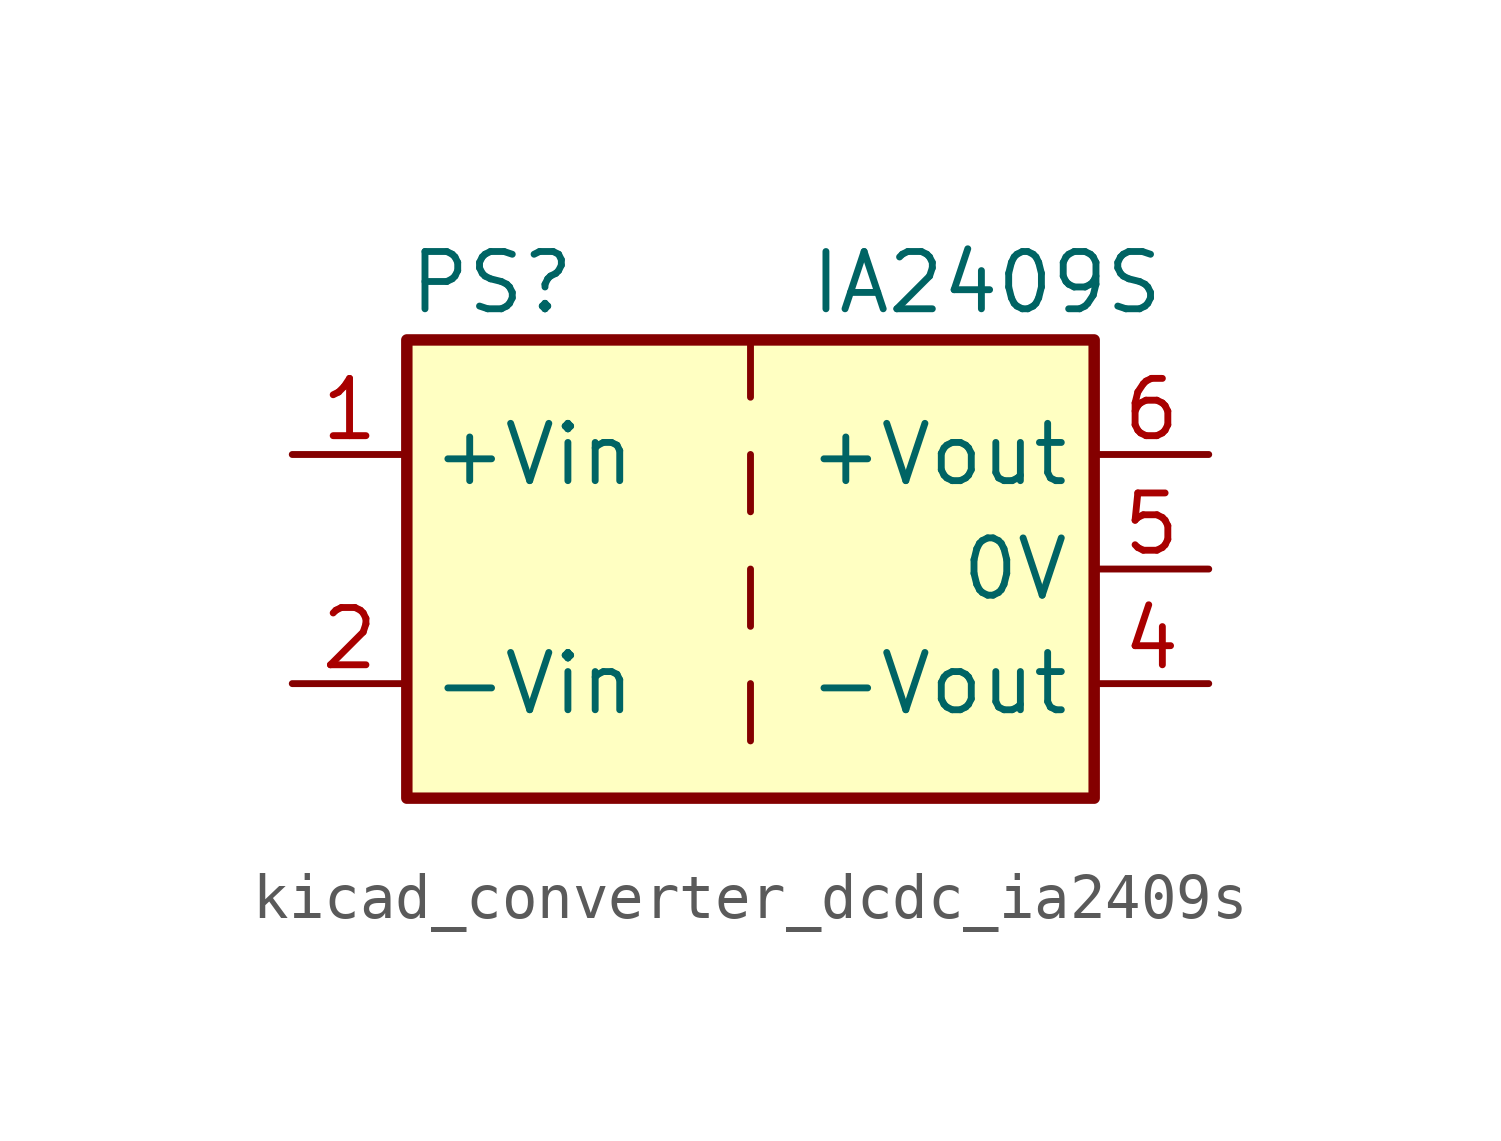
<source format=kicad_sym>
(kicad_symbol_lib
  (version 20220914)
  (generator kicad_symbol_editor)
  (symbol "kicad_converter_dcdc_ia2409s"
    (property "Reference" "PS"
      (at -7.62 6.35 0)
      (effects (font (size 1.27 1.27)) (justify left)))
    (property "Value" "IA2409S"
      (at 1.27 6.35 0)
      (effects (font (size 1.27 1.27)) (justify left)))
    (symbol "kicad_converter_dcdc_ia2409s_0_0"
      (pin power_in line (at -10.16 2.54 0) (length 2.54) (name "+Vin" (effects (font (size 1.27 1.27)))) (number "1" (effects (font (size 1.27 1.27)))))
      (pin power_in line (at -10.16 -2.54 0) (length 2.54) (name "-Vin" (effects (font (size 1.27 1.27)))) (number "2" (effects (font (size 1.27 1.27)))))
      (pin power_out line (at 10.16 -2.54 180) (length 2.54) (name "-Vout" (effects (font (size 1.27 1.27)))) (number "4" (effects (font (size 1.27 1.27)))))
      (pin power_out line (at 10.16 0 180) (length 2.54) (name "0V" (effects (font (size 1.27 1.27)))) (number "5" (effects (font (size 1.27 1.27)))))
      (pin power_out line (at 10.16 2.54 180) (length 2.54) (name "+Vout" (effects (font (size 1.27 1.27)))) (number "6" (effects (font (size 1.27 1.27))))))
    (symbol "kicad_converter_dcdc_ia2409s_0_1"
      (rectangle (start -7.62 5.08) (end 7.62 -5.08) (stroke (width 0.254) (type default)) (fill (type background)))
      (polyline (pts (xy 0 -2.54) (xy 0 -3.81)) (stroke (width 0) (type default)) (fill (type none)))
      (polyline (pts (xy 0 0) (xy 0 -1.27)) (stroke (width 0) (type default)) (fill (type none)))
      (polyline (pts (xy 0 2.54) (xy 0 1.27)) (stroke (width 0) (type default)) (fill (type none)))
      (polyline (pts (xy 0 5.08) (xy 0 3.81)) (stroke (width 0) (type default)) (fill (type none))))))
</source>
